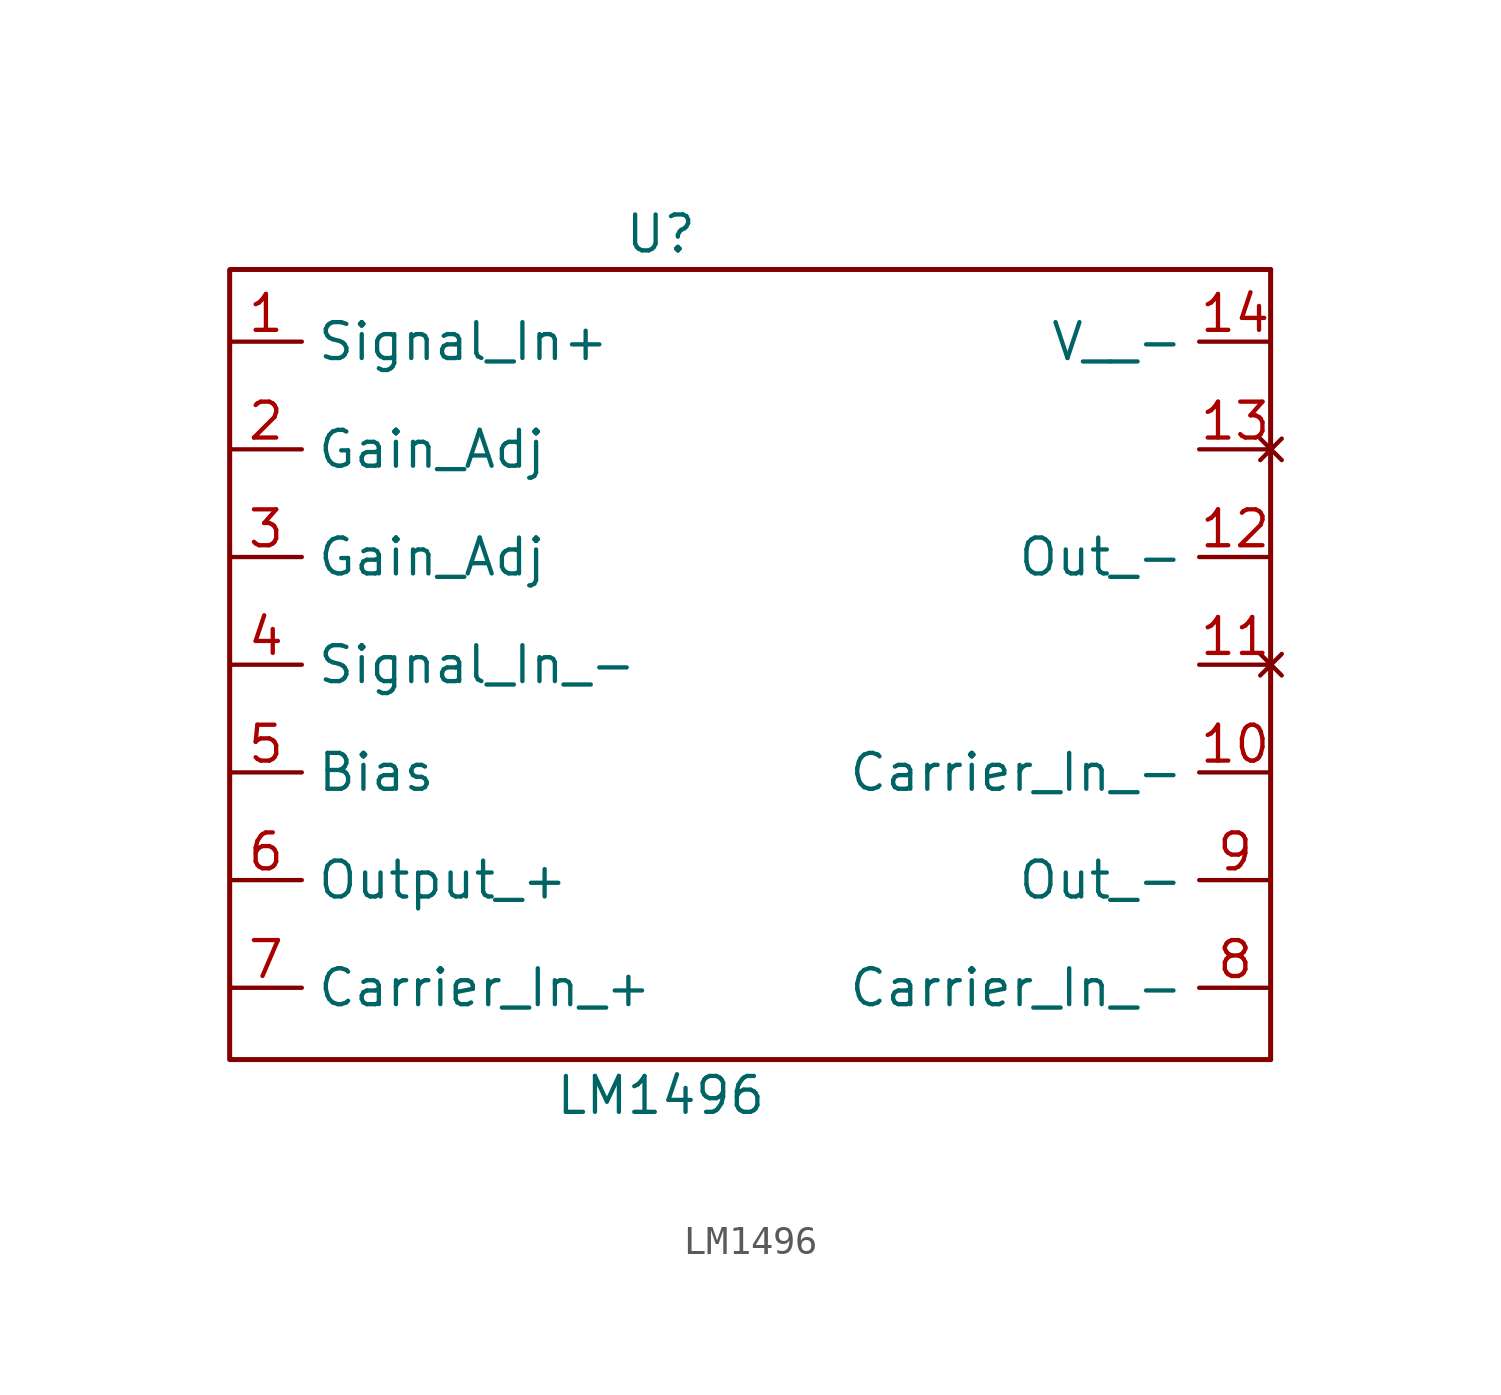
<source format=kicad_sym>
(kicad_symbol_lib
  (version 20241209)
  (generator "kicad_symbol_editor")
  (generator_version "9.0")
  (symbol "LM1496"
    (property "Reference" "U"
      (at 0 0 0)
      (effects (font (size 1.27 1.27))))
    (property "Value" "LM1496"
      (at 0 -30.48 0)
      (effects (font (size 1.27 1.27))))
    (symbol "LM1496_0_1"
      (rectangle (start -15.265 -1.27) (end -15.24 -29.21) (stroke (width 0) (type default)) (fill (type none)))
      (rectangle (start -15.24 -1.245) (end 21.59 -1.27) (stroke (width 0) (type default)) (fill (type none)))
      (rectangle (start -15.24 -29.197) (end 21.59 -29.223) (stroke (width 0) (type default)) (fill (type none)))
      (rectangle (start 21.565 -1.27) (end 21.59 -29.21) (stroke (width 0) (type default)) (fill (type none))))
    (symbol "LM1496_1_1"
      (pin input line (at -15.24 -3.81 0) (length 2.54) (name "Signal_In+" (effects (font (size 1.27 1.27)))) (number "1" (effects (font (size 1.27 1.27)))))
      (pin input line (at -15.24 -7.62 0) (length 2.54) (name "Gain_Adj" (effects (font (size 1.27 1.27)))) (number "2" (effects (font (size 1.27 1.27)))))
      (pin input line (at -15.24 -11.43 0) (length 2.54) (name "Gain_Adj" (effects (font (size 1.27 1.27)))) (number "3" (effects (font (size 1.27 1.27)))))
      (pin input line (at -15.24 -15.24 0) (length 2.54) (name "Signal_In_-" (effects (font (size 1.27 1.27)))) (number "4" (effects (font (size 1.27 1.27)))))
      (pin input line (at -15.24 -19.05 0) (length 2.54) (name "Bias" (effects (font (size 1.27 1.27)))) (number "5" (effects (font (size 1.27 1.27)))))
      (pin output line (at -15.24 -22.86 0) (length 2.54) (name "Output_+" (effects (font (size 1.27 1.27)))) (number "6" (effects (font (size 1.27 1.27)))))
      (pin input line (at -15.24 -26.67 0) (length 2.54) (name "Carrier_In_+" (effects (font (size 1.27 1.27)))) (number "7" (effects (font (size 1.27 1.27)))))
      (pin power_in line (at 21.59 -3.81 180) (length 2.54) (name "V__-" (effects (font (size 1.27 1.27)))) (number "14" (effects (font (size 1.27 1.27)))))
      (pin no_connect line (at 21.59 -7.62 180) (length 2.54) (name "" (effects (font (size 1.27 1.27)))) (number "13" (effects (font (size 1.27 1.27)))))
      (pin output line (at 21.59 -11.43 180) (length 2.54) (name "Out_-" (effects (font (size 1.27 1.27)))) (number "12" (effects (font (size 1.27 1.27)))))
      (pin no_connect line (at 21.59 -15.24 180) (length 2.54) (name "" (effects (font (size 1.27 1.27)))) (number "11" (effects (font (size 1.27 1.27)))))
      (pin input line (at 21.59 -19.05 180) (length 2.54) (name "Carrier_In_-" (effects (font (size 1.27 1.27)))) (number "10" (effects (font (size 1.27 1.27)))))
      (pin output line (at 21.59 -22.86 180) (length 2.54) (name "Out_-" (effects (font (size 1.27 1.27)))) (number "9" (effects (font (size 1.27 1.27)))))
      (pin input line (at 21.59 -26.67 180) (length 2.54) (name "Carrier_In_-" (effects (font (size 1.27 1.27)))) (number "8" (effects (font (size 1.27 1.27))))))))
</source>
